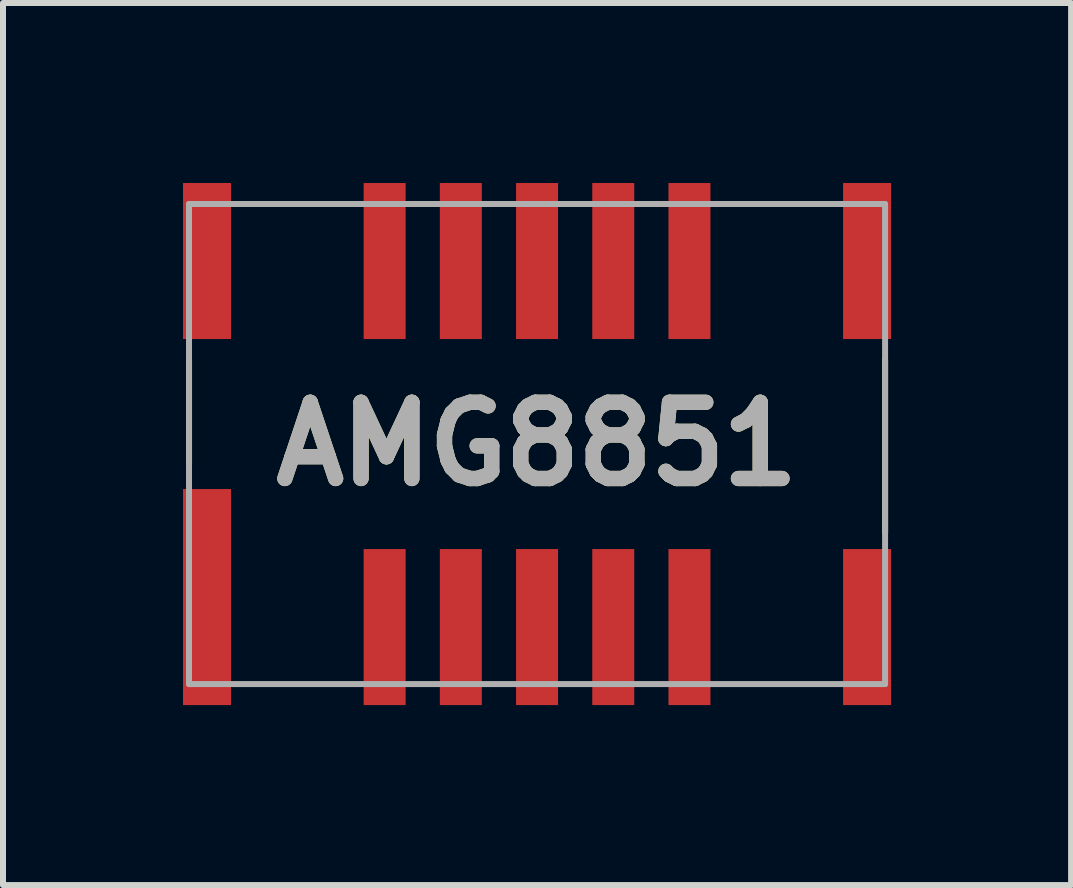
<source format=kicad_pcb>
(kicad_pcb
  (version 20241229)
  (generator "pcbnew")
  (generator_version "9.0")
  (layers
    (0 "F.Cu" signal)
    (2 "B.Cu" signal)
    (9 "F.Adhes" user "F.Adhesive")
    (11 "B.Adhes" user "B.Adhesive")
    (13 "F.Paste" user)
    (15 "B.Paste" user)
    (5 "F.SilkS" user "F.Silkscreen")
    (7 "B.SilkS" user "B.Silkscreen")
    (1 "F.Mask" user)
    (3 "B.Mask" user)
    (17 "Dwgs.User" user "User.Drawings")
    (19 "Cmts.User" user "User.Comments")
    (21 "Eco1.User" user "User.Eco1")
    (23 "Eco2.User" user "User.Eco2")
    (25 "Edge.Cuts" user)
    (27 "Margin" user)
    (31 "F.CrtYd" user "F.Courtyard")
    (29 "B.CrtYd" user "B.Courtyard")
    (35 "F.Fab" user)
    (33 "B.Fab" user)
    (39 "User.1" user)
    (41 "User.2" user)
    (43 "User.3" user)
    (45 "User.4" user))
  (footprint "AMG8851"
    (layer "F.Cu")
    (at 5.9 4.35)
    (property "Reference" "AMG8851" (at 0 0 0) (layer "F.SilkS") (effects (font (size 1.27 1.27) (thickness 0.254))))
    (attr smd)
    (fp_line (start -5.8 0.324) (end -5.8 -1.401) (stroke (width 0.1) (type solid)) (layer "F.SilkS"))
    (fp_line (start 5.8 1.474) (end 5.8 -1.401) (stroke (width 0.1) (type solid)) (layer "F.SilkS"))
    (fp_line (start -5.8 -4) (end 5.8 -4) (stroke (width 0.1) (type solid)) (layer "F.Fab"))
    (fp_line (start -5.8 4) (end -5.8 -4) (stroke (width 0.1) (type solid)) (layer "F.Fab"))
    (fp_line (start 5.8 -4) (end 5.8 4) (stroke (width 0.1) (type solid)) (layer "F.Fab"))
    (fp_line (start 5.8 4) (end -5.8 4) (stroke (width 0.1) (type solid)) (layer "F.Fab"))
    (fp_text user "${REFERENCE}" (at 0 0 0) (layer "F.Fab") (effects (font (size 1.27 1.27) (thickness 0.254))))
    (pad "1" smd rect (at -5.5 2.55) (size 0.8 3.6) (layers "F.Cu" "F.Mask" "F.Paste"))
    (pad "2" smd rect (at -2.54 3.05) (size 0.7 2.6) (layers "F.Cu" "F.Mask" "F.Paste"))
    (pad "3" smd rect (at -1.27 3.05) (size 0.7 2.6) (layers "F.Cu" "F.Mask" "F.Paste"))
    (pad "4" smd rect (at 0 3.05) (size 0.7 2.6) (layers "F.Cu" "F.Mask" "F.Paste"))
    (pad "5" smd rect (at 1.27 3.05) (size 0.7 2.6) (layers "F.Cu" "F.Mask" "F.Paste"))
    (pad "6" smd rect (at 2.54 3.05) (size 0.7 2.6) (layers "F.Cu" "F.Mask" "F.Paste"))
    (pad "7" smd rect (at 5.5 3.05) (size 0.8 2.6) (layers "F.Cu" "F.Mask" "F.Paste"))
    (pad "8" smd rect (at 5.5 -3.05) (size 0.8 2.6) (layers "F.Cu" "F.Mask" "F.Paste"))
    (pad "9" smd rect (at 2.54 -3.05) (size 0.7 2.6) (layers "F.Cu" "F.Mask" "F.Paste"))
    (pad "10" smd rect (at 1.27 -3.05) (size 0.7 2.6) (layers "F.Cu" "F.Mask" "F.Paste"))
    (pad "11" smd rect (at 0 -3.05) (size 0.7 2.6) (layers "F.Cu" "F.Mask" "F.Paste"))
    (pad "12" smd rect (at -1.27 -3.05) (size 0.7 2.6) (layers "F.Cu" "F.Mask" "F.Paste"))
    (pad "13" smd rect (at -2.54 -3.05) (size 0.7 2.6) (layers "F.Cu" "F.Mask" "F.Paste"))
    (pad "14" smd rect (at -5.5 -3.05) (size 0.8 2.6) (layers "F.Cu" "F.Mask" "F.Paste")))
  (gr_rect
    (start -3 -3)
    (end 14.8 11.7)
    (stroke (width 0.1) (type default))
    (fill no)
    (layer "Edge.Cuts")))
</source>
